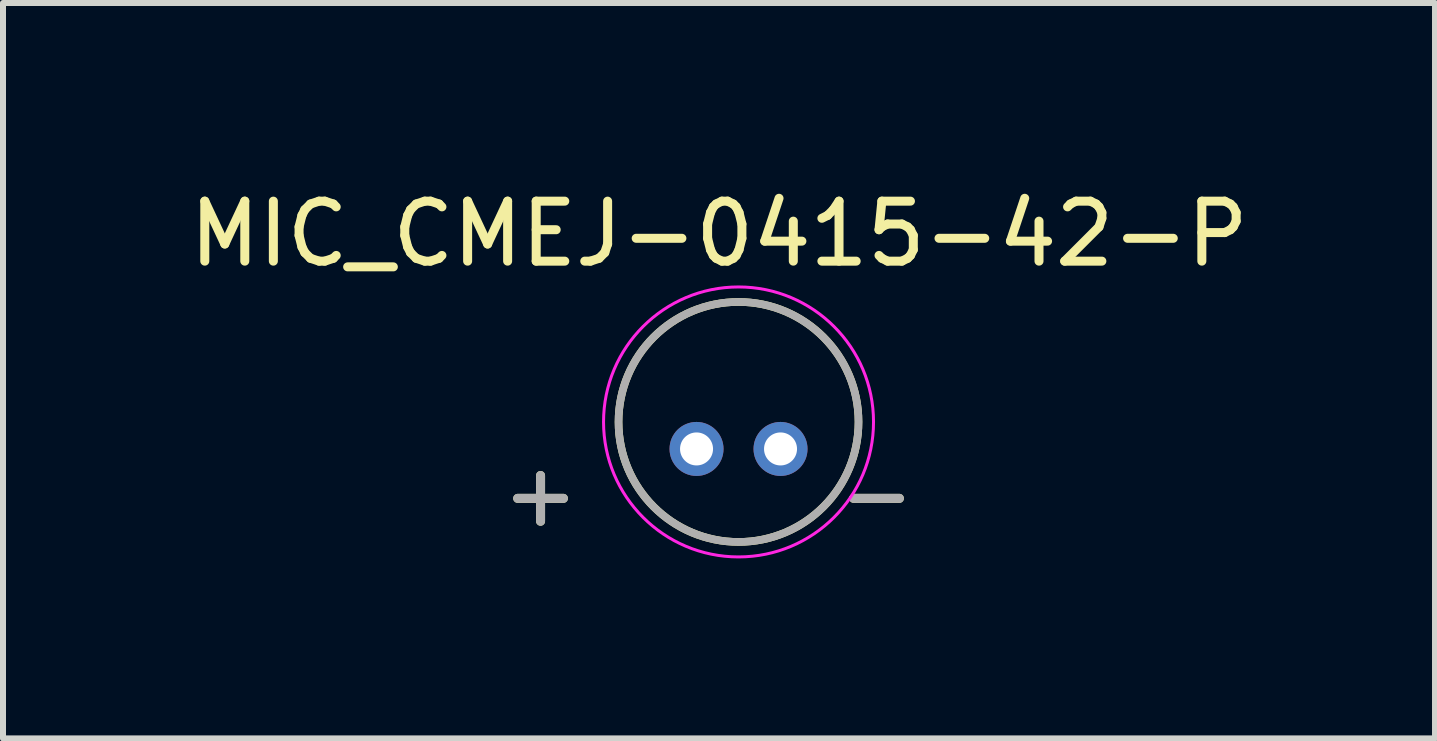
<source format=kicad_pcb>
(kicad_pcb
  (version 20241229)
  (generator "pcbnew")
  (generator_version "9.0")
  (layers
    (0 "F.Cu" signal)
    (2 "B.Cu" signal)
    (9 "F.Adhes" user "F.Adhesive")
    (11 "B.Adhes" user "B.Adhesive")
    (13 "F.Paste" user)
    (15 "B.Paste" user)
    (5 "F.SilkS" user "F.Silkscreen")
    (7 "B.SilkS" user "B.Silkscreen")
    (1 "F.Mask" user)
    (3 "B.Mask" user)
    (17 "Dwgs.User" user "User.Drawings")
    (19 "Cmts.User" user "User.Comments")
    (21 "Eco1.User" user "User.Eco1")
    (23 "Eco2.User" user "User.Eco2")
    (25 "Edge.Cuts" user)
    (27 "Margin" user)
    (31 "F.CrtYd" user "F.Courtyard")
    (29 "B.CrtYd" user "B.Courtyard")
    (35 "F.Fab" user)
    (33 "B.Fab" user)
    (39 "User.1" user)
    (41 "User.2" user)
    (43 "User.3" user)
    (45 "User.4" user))
  (footprint "MIC_CMEJ-0415-42-P"
    (layer "F.Cu")
    (at 9.26 3.983)
    (property "Reference" "MIC_CMEJ-0415-42-P" (at -0.325 -3.135 0) (layer "F.SilkS") (effects (font (size 1 1) (thickness 0.15))))
    (attr through_hole)
    (fp_circle (center 0 0) (end 2 0) (stroke (width 0.127) (type solid)) (fill no) (layer "F.SilkS"))
    (fp_circle (center 0 0) (end 2.25 0) (stroke (width 0.05) (type solid)) (fill no) (layer "F.CrtYd"))
    (fp_circle (center 0 0) (end 2 0) (stroke (width 0.127) (type solid)) (fill no) (layer "F.Fab"))
    (fp_text user "-" (at 2.3 1.2 0) (layer "F.SilkS") (effects (font (size 1 1) (thickness 0.15))))
    (fp_text user "+" (at -3.3 1.2 0) (layer "F.SilkS") (effects (font (size 1 1) (thickness 0.15))))
    (fp_text user "+" (at -3.3 1.2 0) (layer "F.Fab") (effects (font (size 1 1) (thickness 0.15))))
    (fp_text user "-" (at 2.3 1.2 0) (layer "F.Fab") (effects (font (size 1 1) (thickness 0.15))))
    (pad "N" thru_hole circle (at 0.7 0.45) (size 0.9 0.9) (drill 0.55) (layers "*.Cu" "*.Mask"))
    (pad "P" thru_hole circle (at -0.7 0.45) (size 0.9 0.9) (drill 0.55) (layers "*.Cu" "*.Mask")))
  (gr_rect
    (start -3 -3)
    (end 20.869 9.258)
    (stroke (width 0.1) (type default))
    (fill no)
    (layer "Edge.Cuts")))
</source>
